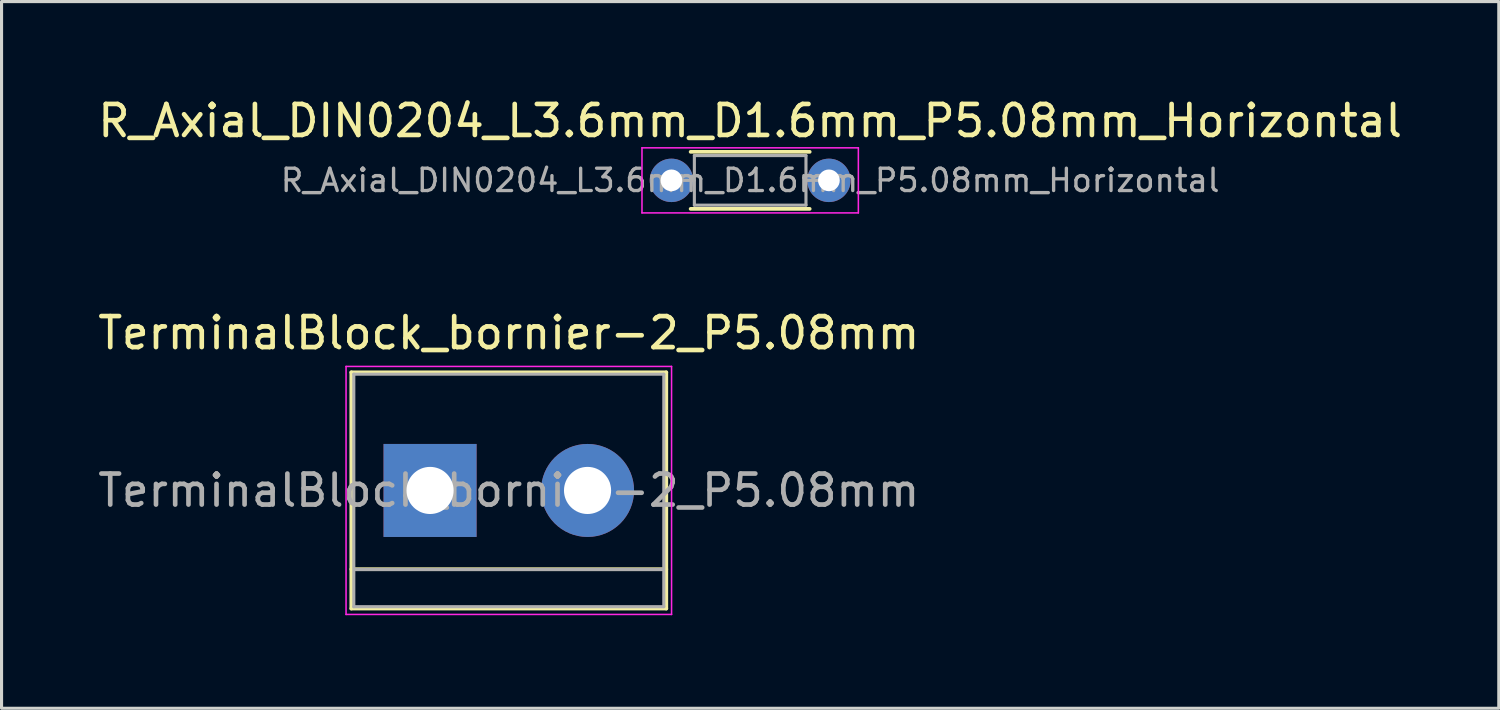
<source format=kicad_pcb>
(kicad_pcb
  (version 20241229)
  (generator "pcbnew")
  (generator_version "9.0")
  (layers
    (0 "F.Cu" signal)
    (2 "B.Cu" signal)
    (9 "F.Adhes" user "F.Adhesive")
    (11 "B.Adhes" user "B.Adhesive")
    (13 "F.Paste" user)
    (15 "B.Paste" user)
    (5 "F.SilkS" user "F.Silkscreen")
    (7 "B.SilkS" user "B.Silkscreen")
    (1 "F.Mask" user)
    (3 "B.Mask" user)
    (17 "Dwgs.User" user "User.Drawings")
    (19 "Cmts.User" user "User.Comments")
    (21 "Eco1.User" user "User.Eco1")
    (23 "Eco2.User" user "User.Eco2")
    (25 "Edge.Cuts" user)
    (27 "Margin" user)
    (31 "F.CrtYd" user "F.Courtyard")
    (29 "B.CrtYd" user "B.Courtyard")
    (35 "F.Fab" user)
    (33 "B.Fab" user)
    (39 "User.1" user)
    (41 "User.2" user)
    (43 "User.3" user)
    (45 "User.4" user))
  (footprint "TerminalBlock_bornier-2_P5.08mm"
    (layer "F.Cu")
    (at 10.823 12.771)
    (property "Reference" "TerminalBlock_bornier-2_P5.08mm" (at 2.54 -5.08 180) (layer "F.SilkS") (effects (font (size 1 1) (thickness 0.15))))
    (attr through_hole)
    (fp_line (start -2.54 -3.81) (end -2.54 3.81) (stroke (width 0.12) (type solid)) (layer "F.SilkS"))
    (fp_line (start -2.54 3.81) (end 7.62 3.81) (stroke (width 0.12) (type solid)) (layer "F.SilkS"))
    (fp_line (start 7.62 -3.81) (end -2.54 -3.81) (stroke (width 0.12) (type solid)) (layer "F.SilkS"))
    (fp_line (start 7.62 2.54) (end -2.54 2.54) (stroke (width 0.12) (type solid)) (layer "F.SilkS"))
    (fp_line (start 7.62 3.81) (end 7.62 -3.81) (stroke (width 0.12) (type solid)) (layer "F.SilkS"))
    (fp_line (start -2.71 -4) (end -2.71 4) (stroke (width 0.05) (type solid)) (layer "F.CrtYd"))
    (fp_line (start -2.71 -4) (end 7.79 -4) (stroke (width 0.05) (type solid)) (layer "F.CrtYd"))
    (fp_line (start 7.79 4) (end -2.71 4) (stroke (width 0.05) (type solid)) (layer "F.CrtYd"))
    (fp_line (start 7.79 4) (end 7.79 -4) (stroke (width 0.05) (type solid)) (layer "F.CrtYd"))
    (fp_line (start -2.46 -3.75) (end -2.46 3.75) (stroke (width 0.1) (type solid)) (layer "F.Fab"))
    (fp_line (start -2.46 3.75) (end 7.54 3.75) (stroke (width 0.1) (type solid)) (layer "F.Fab"))
    (fp_line (start -2.41 2.55) (end 7.49 2.55) (stroke (width 0.1) (type solid)) (layer "F.Fab"))
    (fp_line (start 7.54 -3.75) (end -2.46 -3.75) (stroke (width 0.1) (type solid)) (layer "F.Fab"))
    (fp_line (start 7.54 3.75) (end 7.54 -3.75) (stroke (width 0.1) (type solid)) (layer "F.Fab"))
    (fp_text user "${REFERENCE}" (at 2.54 0 180) (layer "F.Fab") (effects (font (size 1 1) (thickness 0.15))))
    (pad "1" thru_hole rect (at 0 0) (size 3 3) (drill 1.52) (layers "*.Cu" "*.Mask"))
    (pad "2" thru_hole circle (at 5.08 0) (size 3 3) (drill 1.52) (layers "*.Cu" "*.Mask")))
  (footprint "R_Axial_DIN0204_L3.6mm_D1.6mm_P5.08mm_Horizontal"
    (layer "F.Cu")
    (at 18.609 2.768)
    (property "Reference" "R_Axial_DIN0204_L3.6mm_D1.6mm_P5.08mm_Horizontal" (at 2.54 -1.92 0) (layer "F.SilkS") (effects (font (size 1 1) (thickness 0.15))))
    (attr through_hole)
    (fp_line (start 0.62 -0.92) (end 4.46 -0.92) (stroke (width 0.12) (type solid)) (layer "F.SilkS"))
    (fp_line (start 0.62 0.92) (end 4.46 0.92) (stroke (width 0.12) (type solid)) (layer "F.SilkS"))
    (fp_line (start -0.95 -1.05) (end -0.95 1.05) (stroke (width 0.05) (type solid)) (layer "F.CrtYd"))
    (fp_line (start -0.95 1.05) (end 6.03 1.05) (stroke (width 0.05) (type solid)) (layer "F.CrtYd"))
    (fp_line (start 6.03 -1.05) (end -0.95 -1.05) (stroke (width 0.05) (type solid)) (layer "F.CrtYd"))
    (fp_line (start 6.03 1.05) (end 6.03 -1.05) (stroke (width 0.05) (type solid)) (layer "F.CrtYd"))
    (fp_line (start 0 0) (end 0.74 0) (stroke (width 0.1) (type solid)) (layer "F.Fab"))
    (fp_line (start 0.74 -0.8) (end 0.74 0.8) (stroke (width 0.1) (type solid)) (layer "F.Fab"))
    (fp_line (start 0.74 0.8) (end 4.34 0.8) (stroke (width 0.1) (type solid)) (layer "F.Fab"))
    (fp_line (start 4.34 -0.8) (end 0.74 -0.8) (stroke (width 0.1) (type solid)) (layer "F.Fab"))
    (fp_line (start 4.34 0.8) (end 4.34 -0.8) (stroke (width 0.1) (type solid)) (layer "F.Fab"))
    (fp_line (start 5.08 0) (end 4.34 0) (stroke (width 0.1) (type solid)) (layer "F.Fab"))
    (fp_text user "${REFERENCE}" (at 2.54 0 0) (layer "F.Fab") (effects (font (size 0.72 0.72) (thickness 0.108))))
    (pad "1" thru_hole circle (at 0 0) (size 1.4 1.4) (drill 0.7) (layers "*.Cu" "*.Mask"))
    (pad "2" thru_hole oval (at 5.08 0) (size 1.4 1.4) (drill 0.7) (layers "*.Cu" "*.Mask")))
  (gr_rect
    (start -3 -3)
    (end 45.298 19.797)
    (stroke (width 0.1) (type default))
    (fill no)
    (layer "Edge.Cuts")))
</source>
